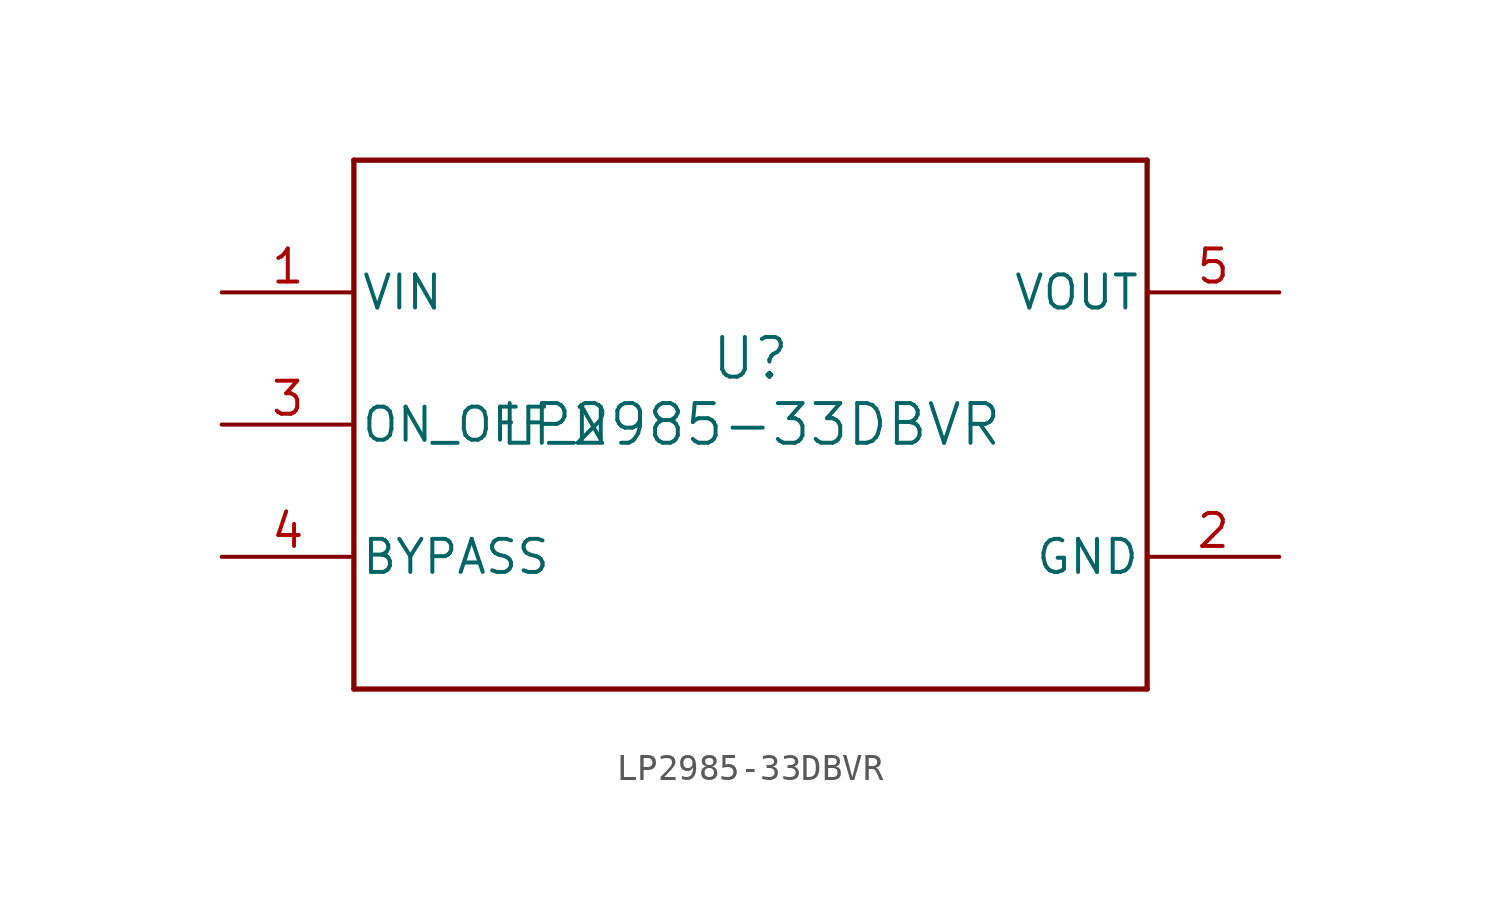
<source format=kicad_sym>
(kicad_symbol_lib
  (version 20211014)
  (generator kicad_symbol_editor)
  (symbol "LP2985-33DBVR"
    (pin_names
      (offset 0.254))
    (property "Reference" "U"
      (at 0 2.54 0)
      (effects (font (size 1.524 1.524))))
    (property "Value" "LP2985-33DBVR"
      (at 0 0 0)
      (effects (font (size 1.524 1.524))))
    (symbol "LP2985-33DBVR_0_1"
      (polyline (pts (xy -15.24 -10.16) (xy 15.24 -10.16)) (stroke (width 0.203) (type default) (color 0 0 0 0)) (fill (type none)))
      (polyline (pts (xy 15.24 -10.16) (xy 15.24 10.16)) (stroke (width 0.203) (type default) (color 0 0 0 0)) (fill (type none)))
      (polyline (pts (xy 15.24 10.16) (xy -15.24 10.16)) (stroke (width 0.203) (type default) (color 0 0 0 0)) (fill (type none)))
      (polyline (pts (xy -15.24 10.16) (xy -15.24 -10.16)) (stroke (width 0.203) (type default) (color 0 0 0 0)) (fill (type none)))
      (pin power_in line (at -20.32 5.08 0) (length 5.08) (name "VIN" (effects (font (size 1.27 1.27)))) (number "1" (effects (font (size 1.27 1.27)))))
      (pin power_in line (at 20.32 -5.08 180) (length 5.08) (name "GND" (effects (font (size 1.27 1.27)))) (number "2" (effects (font (size 1.27 1.27)))))
      (pin input line (at -20.32 0 0) (length 5.08) (name "ON_OFF_N" (effects (font (size 1.27 1.27)))) (number "3" (effects (font (size 1.27 1.27)))))
      (pin unspecified line (at -20.32 -5.08 0) (length 5.08) (name "BYPASS" (effects (font (size 1.27 1.27)))) (number "4" (effects (font (size 1.27 1.27)))))
      (pin power_in line (at 20.32 5.08 180) (length 5.08) (name "VOUT" (effects (font (size 1.27 1.27)))) (number "5" (effects (font (size 1.27 1.27))))))))
</source>
